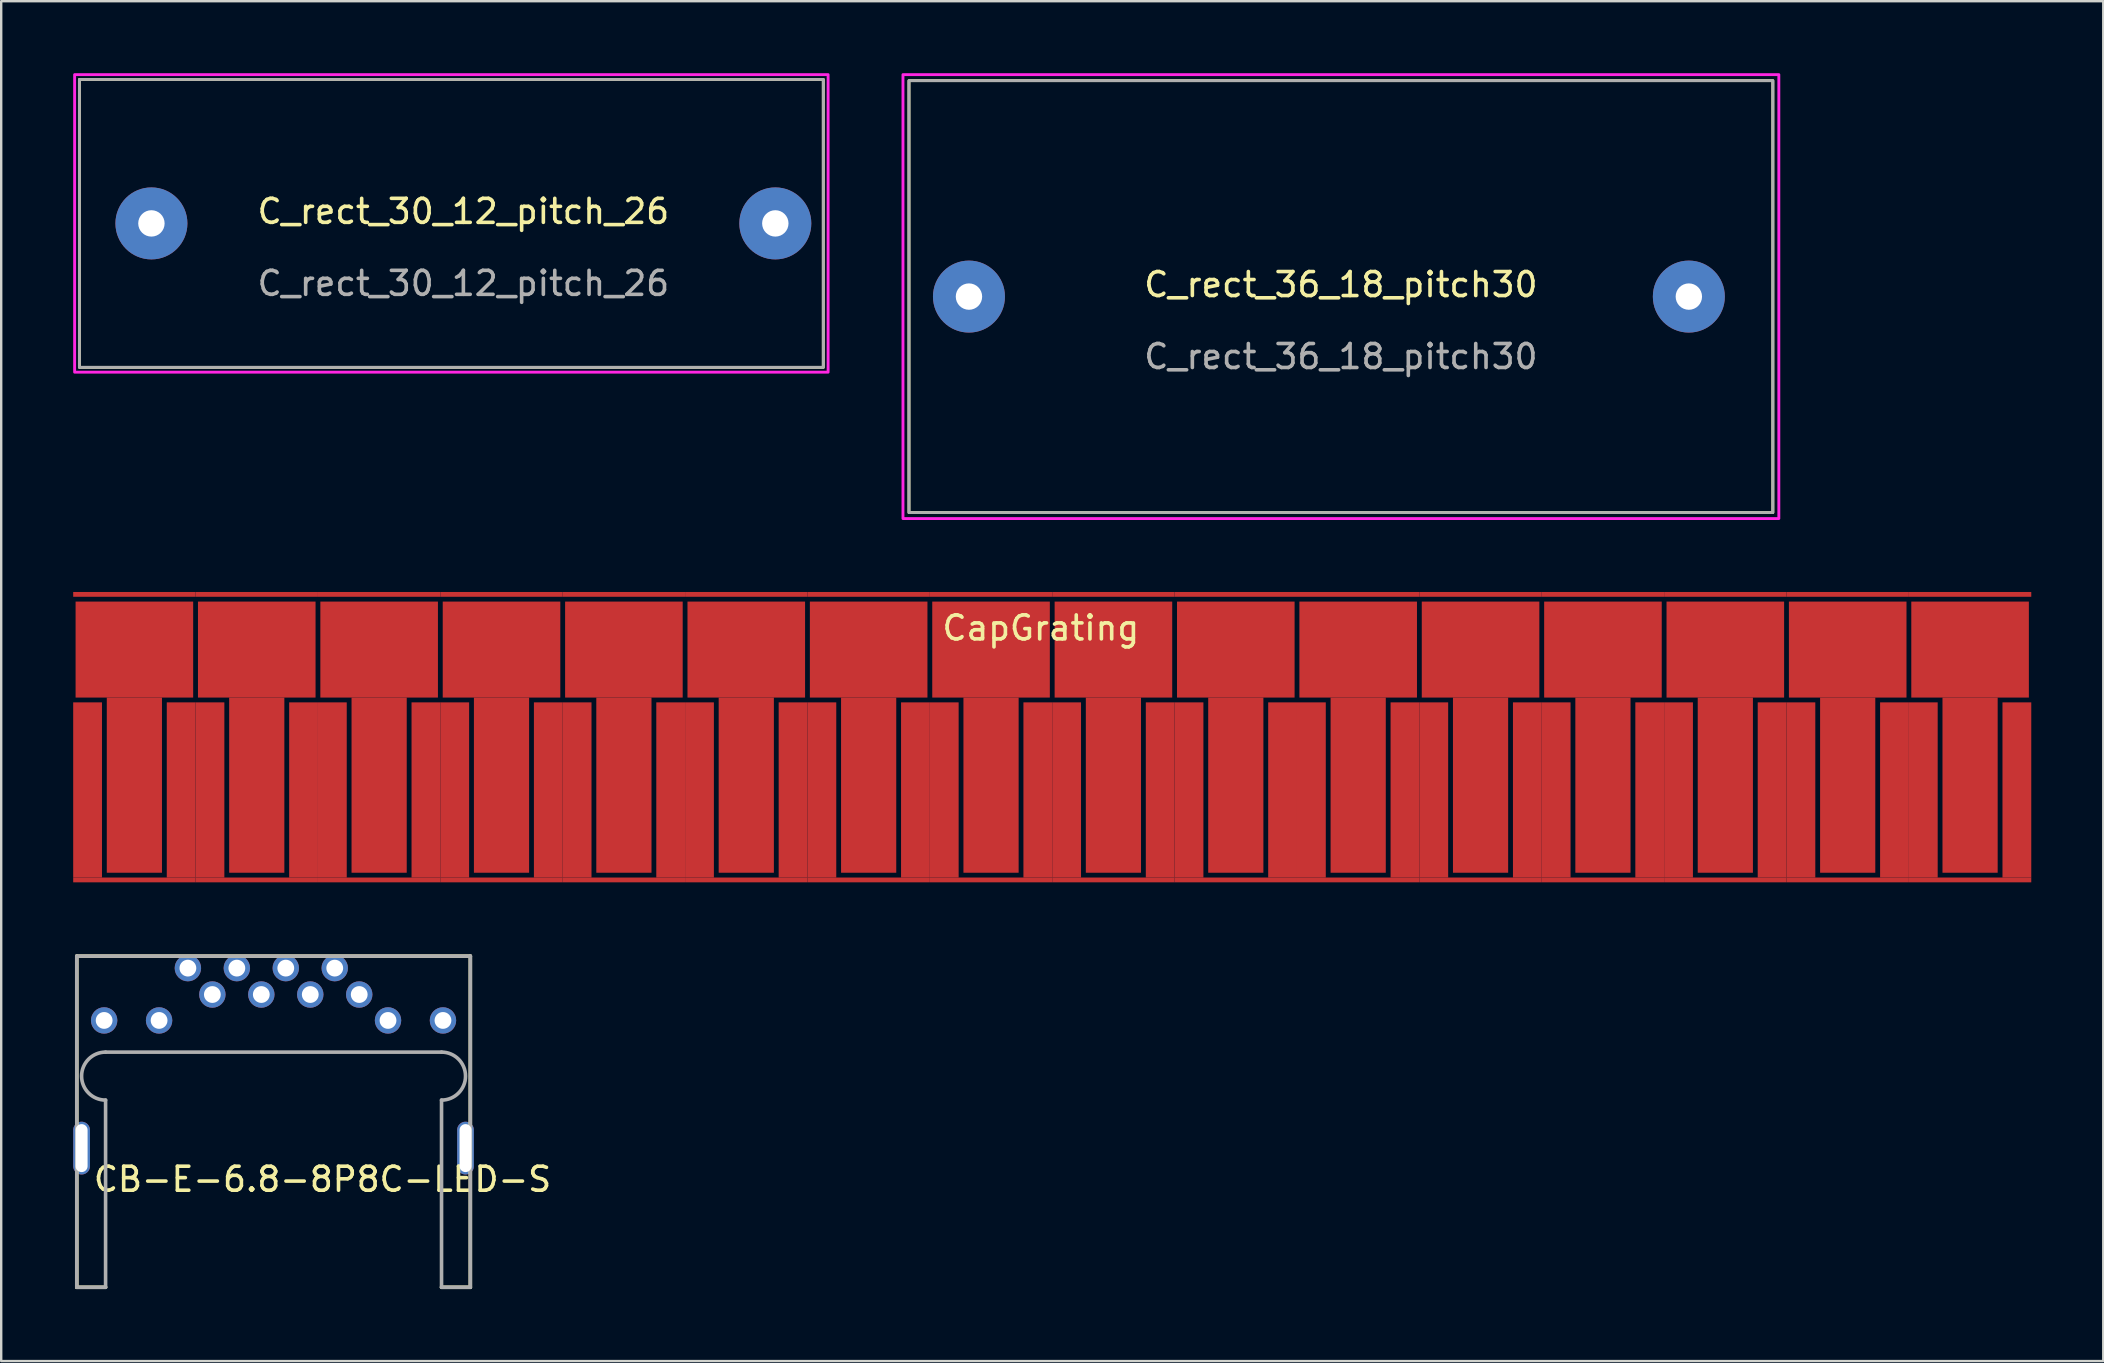
<source format=kicad_pcb>
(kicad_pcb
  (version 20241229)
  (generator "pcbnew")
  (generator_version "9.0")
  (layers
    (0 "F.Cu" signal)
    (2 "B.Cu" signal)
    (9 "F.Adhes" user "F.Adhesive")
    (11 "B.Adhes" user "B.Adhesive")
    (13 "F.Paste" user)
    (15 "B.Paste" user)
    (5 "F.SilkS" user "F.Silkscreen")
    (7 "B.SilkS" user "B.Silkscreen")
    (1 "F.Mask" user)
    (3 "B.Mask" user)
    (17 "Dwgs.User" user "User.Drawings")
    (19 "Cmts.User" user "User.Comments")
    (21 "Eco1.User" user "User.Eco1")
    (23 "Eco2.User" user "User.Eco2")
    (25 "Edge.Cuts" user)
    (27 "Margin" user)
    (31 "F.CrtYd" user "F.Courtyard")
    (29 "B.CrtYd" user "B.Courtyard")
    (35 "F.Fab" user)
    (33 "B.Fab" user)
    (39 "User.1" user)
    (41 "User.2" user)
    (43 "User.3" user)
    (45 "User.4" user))
  (footprint "C_rect_30_12_pitch_26"
    (layer "F.Cu")
    (at 16.26 6.26)
    (property "Reference" "C_rect_30_12_pitch_26" (at 0 -0.5 0) (unlocked yes) (layer "F.SilkS") (effects (font (size 1 1) (thickness 0.15))))
    (attr through_hole)
    (fp_rect (start -16 -6) (end 15 6) (stroke (width 0.12) (type solid)) (fill no) (layer "F.SilkS"))
    (fp_rect (start -16.2 -6.2) (end 15.2 6.2) (stroke (width 0.12) (type solid)) (fill no) (layer "F.CrtYd"))
    (fp_rect (start -16 -6) (end 15 6) (stroke (width 0.12) (type solid)) (fill no) (layer "F.Fab"))
    (fp_text user "${REFERENCE}" (at 0 2.5 0) (unlocked yes) (layer "F.Fab") (effects (font (size 1 1) (thickness 0.15))))
    (pad "1" thru_hole circle (at -13 0) (size 3 3) (drill 1.1) (layers "*.Cu" "*.Mask"))
    (pad "2" thru_hole circle (at 13 0) (size 3 3) (drill 1.1) (layers "*.Cu" "*.Mask")))
  (footprint "CB-E-6.8-8P8C-LED-S"
    (layer "F.Cu")
    (at 8.35 44.795)
    (property "Reference" "CB-E-6.8-8P8C-LED-S" (at 2.04 1.3 0) (layer "F.SilkS") (effects (font (size 1 1) (thickness 0.15))))
    (attr through_hole)
    (fp_line (start -8.2 -8) (end -8.2 5.8) (stroke (width 0.15) (type solid)) (layer "F.SilkS"))
    (fp_line (start -8.2 -8) (end 8.2 -8) (stroke (width 0.15) (type solid)) (layer "F.SilkS"))
    (fp_line (start -8.2 5.8) (end -7 5.8) (stroke (width 0.15) (type solid)) (layer "F.SilkS"))
    (fp_line (start 7 5.8) (end 8.2 5.8) (stroke (width 0.15) (type solid)) (layer "F.SilkS"))
    (fp_line (start 8.2 -8) (end 8.2 5.8) (stroke (width 0.15) (type solid)) (layer "F.SilkS"))
    (fp_line (start -8.2 -8) (end -8.2 5.8) (stroke (width 0.15) (type solid)) (layer "F.Fab"))
    (fp_line (start -8.2 -8) (end 8.2 -8) (stroke (width 0.15) (type solid)) (layer "F.Fab"))
    (fp_line (start -8.2 5.8) (end -7 5.8) (stroke (width 0.15) (type solid)) (layer "F.Fab"))
    (fp_line (start -7 -4) (end 7 -4) (stroke (width 0.15) (type solid)) (layer "F.Fab"))
    (fp_line (start -7 5.8) (end -7 -2) (stroke (width 0.15) (type solid)) (layer "F.Fab"))
    (fp_line (start 7 -2) (end 7 5.8) (stroke (width 0.15) (type solid)) (layer "F.Fab"))
    (fp_line (start 7 5.8) (end 8.2 5.8) (stroke (width 0.15) (type solid)) (layer "F.Fab"))
    (fp_line (start 8.2 5.8) (end 8.2 -8) (stroke (width 0.15) (type solid)) (layer "F.Fab"))
    (fp_arc (start -7 -2) (mid -8 -3) (end -7 -4) (stroke (width 0.15) (type solid)) (layer "F.Fab"))
    (fp_arc (start 7 -4) (mid 8 -3) (end 7 -2) (stroke (width 0.15) (type solid)) (layer "F.Fab"))
    (pad "" thru_hole oval (at -8 0) (size 0.7 2.2) (drill oval 0.5 2) (layers "*.Cu" "*.Mask"))
    (pad "" thru_hole oval (at 8 0) (size 0.7 2.2) (drill oval 0.5 2) (layers "*.Cu" "*.Mask"))
    (pad "1" thru_hole circle (at 3.57 -6.4) (size 1.1 1.1) (drill 0.7) (layers "*.Cu" "*.Mask"))
    (pad "2" thru_hole circle (at 2.55 -7.5) (size 1.1 1.1) (drill 0.7) (layers "*.Cu" "*.Mask"))
    (pad "3" thru_hole circle (at 1.53 -6.4) (size 1.1 1.1) (drill 0.7) (layers "*.Cu" "*.Mask"))
    (pad "4" thru_hole circle (at 0.51 -7.5) (size 1.1 1.1) (drill 0.7) (layers "*.Cu" "*.Mask"))
    (pad "5" thru_hole circle (at -0.51 -6.4) (size 1.1 1.1) (drill 0.7) (layers "*.Cu" "*.Mask"))
    (pad "6" thru_hole circle (at -1.53 -7.5) (size 1.1 1.1) (drill 0.7) (layers "*.Cu" "*.Mask"))
    (pad "7" thru_hole circle (at -2.55 -6.4) (size 1.1 1.1) (drill 0.7) (layers "*.Cu" "*.Mask"))
    (pad "8" thru_hole circle (at -3.57 -7.5) (size 1.1 1.1) (drill 0.7) (layers "*.Cu" "*.Mask"))
    (pad "9" thru_hole circle (at -7.06 -5.32) (size 1.1 1.1) (drill 0.7) (layers "*.Cu" "*.Mask"))
    (pad "10" thru_hole circle (at -4.77 -5.32) (size 1.1 1.1) (drill 0.7) (layers "*.Cu" "*.Mask"))
    (pad "11" thru_hole circle (at 4.77 -5.32) (size 1.1 1.1) (drill 0.7) (layers "*.Cu" "*.Mask"))
    (pad "12" thru_hole circle (at 7.06 -5.32) (size 1.1 1.1) (drill 0.7) (layers "*.Cu" "*.Mask")))
  (footprint "CapGrating"
    (layer "F.Cu")
    (at 40.55 27.67)
    (property "Reference" "CapGrating" (at -0.225 -4.55 0) (layer "F.SilkS") (effects (font (size 1 1) (thickness 0.15))))
    (attr through_hole)
    (pad "1" smd rect (at -39.95 2.2) (size 1.2 7.3) (layers "F.Cu" "F.Mask"))
    (pad "1" smd rect (at -38 -5.95) (size 5.1 0.2) (layers "F.Cu" "F.Mask"))
    (pad "1" smd rect (at -38 5.95) (size 5.1 0.2) (layers "F.Cu" "F.Mask"))
    (pad "1" smd rect (at -36.05 2.2) (size 1.2 7.3) (layers "F.Cu" "F.Mask"))
    (pad "1" smd rect (at -34.85 2.2) (size 1.2 7.3) (layers "F.Cu" "F.Mask"))
    (pad "1" smd rect (at -32.9 -5.95) (size 5.1 0.2) (layers "F.Cu" "F.Mask"))
    (pad "1" smd rect (at -32.9 5.95) (size 5.1 0.2) (layers "F.Cu" "F.Mask"))
    (pad "1" smd rect (at -30.95 2.2) (size 1.2 7.3) (layers "F.Cu" "F.Mask"))
    (pad "1" smd rect (at -29.75 2.2) (size 1.2 7.3) (layers "F.Cu" "F.Mask"))
    (pad "1" smd rect (at -27.8 -5.95) (size 5.1 0.2) (layers "F.Cu" "F.Mask"))
    (pad "1" smd rect (at -27.8 5.95) (size 5.1 0.2) (layers "F.Cu" "F.Mask"))
    (pad "1" smd rect (at -25.85 2.2) (size 1.2 7.3) (layers "F.Cu" "F.Mask"))
    (pad "1" smd rect (at -24.65 2.2) (size 1.2 7.3) (layers "F.Cu" "F.Mask"))
    (pad "1" smd rect (at -22.7 -5.95) (size 5.1 0.2) (layers "F.Cu" "F.Mask"))
    (pad "1" smd rect (at -22.7 5.95) (size 5.1 0.2) (layers "F.Cu" "F.Mask"))
    (pad "1" smd rect (at -20.75 2.2) (size 1.2 7.3) (layers "F.Cu" "F.Mask"))
    (pad "1" smd rect (at -19.55 2.2) (size 1.2 7.3) (layers "F.Cu" "F.Mask"))
    (pad "1" smd rect (at -17.6 -5.95) (size 5.1 0.2) (layers "F.Cu" "F.Mask"))
    (pad "1" smd rect (at -17.6 5.95) (size 5.1 0.2) (layers "F.Cu" "F.Mask"))
    (pad "1" smd rect (at -15.65 2.2) (size 1.2 7.3) (layers "F.Cu" "F.Mask"))
    (pad "1" smd rect (at -14.45 2.2) (size 1.2 7.3) (layers "F.Cu" "F.Mask"))
    (pad "1" smd rect (at -12.5 -5.95) (size 5.1 0.2) (layers "F.Cu" "F.Mask"))
    (pad "1" smd rect (at -12.5 5.95) (size 5.1 0.2) (layers "F.Cu" "F.Mask"))
    (pad "1" smd rect (at -10.55 2.2) (size 1.2 7.3) (layers "F.Cu" "F.Mask"))
    (pad "1" smd rect (at -9.35 2.2) (size 1.2 7.3) (layers "F.Cu" "F.Mask"))
    (pad "1" smd rect (at -7.4 -5.95) (size 5.1 0.2) (layers "F.Cu" "F.Mask"))
    (pad "1" smd rect (at -7.4 5.95) (size 5.1 0.2) (layers "F.Cu" "F.Mask"))
    (pad "1" smd rect (at -5.45 2.2) (size 1.2 7.3) (layers "F.Cu" "F.Mask"))
    (pad "1" smd rect (at -4.25 2.2) (size 1.2 7.3) (layers "F.Cu" "F.Mask"))
    (pad "1" smd rect (at -2.3 -5.95) (size 5.1 0.2) (layers "F.Cu" "F.Mask"))
    (pad "1" smd rect (at -2.3 5.95) (size 5.1 0.2) (layers "F.Cu" "F.Mask"))
    (pad "1" smd rect (at -0.35 2.2) (size 1.2 7.3) (layers "F.Cu" "F.Mask"))
    (pad "1" smd rect (at 0.85 2.2) (size 1.2 7.3) (layers "F.Cu" "F.Mask"))
    (pad "1" smd rect (at 2.8 -5.95) (size 5.1 0.2) (layers "F.Cu" "F.Mask"))
    (pad "1" smd rect (at 2.8 5.95) (size 5.1 0.2) (layers "F.Cu" "F.Mask"))
    (pad "1" smd rect (at 4.75 2.2) (size 1.2 7.3) (layers "F.Cu" "F.Mask"))
    (pad "1" smd rect (at 5.95 2.2) (size 1.2 7.3) (layers "F.Cu" "F.Mask"))
    (pad "1" smd rect (at 7.9 -5.95) (size 5.1 0.2) (layers "F.Cu" "F.Mask"))
    (pad "1" smd rect (at 7.9 5.95) (size 5.1 0.2) (layers "F.Cu" "F.Mask"))
    (pad "1" smd rect (at 9.85 2.2) (size 1.2 7.3) (layers "F.Cu" "F.Mask"))
    (pad "1" smd rect (at 11.05 2.2) (size 1.2 7.3) (layers "F.Cu" "F.Mask"))
    (pad "1" smd rect (at 13 -5.95) (size 5.1 0.2) (layers "F.Cu" "F.Mask"))
    (pad "1" smd rect (at 13 5.95) (size 5.1 0.2) (layers "F.Cu" "F.Mask"))
    (pad "1" smd rect (at 14.95 2.2) (size 1.2 7.3) (layers "F.Cu" "F.Mask"))
    (pad "1" smd rect (at 16.15 2.2) (size 1.2 7.3) (layers "F.Cu" "F.Mask"))
    (pad "1" smd rect (at 18.1 -5.95) (size 5.1 0.2) (layers "F.Cu" "F.Mask"))
    (pad "1" smd rect (at 18.1 5.95) (size 5.1 0.2) (layers "F.Cu" "F.Mask"))
    (pad "1" smd rect (at 20.05 2.2) (size 1.2 7.3) (layers "F.Cu" "F.Mask"))
    (pad "1" smd rect (at 21.25 2.2) (size 1.2 7.3) (layers "F.Cu" "F.Mask"))
    (pad "1" smd rect (at 23.2 -5.95) (size 5.1 0.2) (layers "F.Cu" "F.Mask"))
    (pad "1" smd rect (at 23.2 5.95) (size 5.1 0.2) (layers "F.Cu" "F.Mask"))
    (pad "1" smd rect (at 25.15 2.2) (size 1.2 7.3) (layers "F.Cu" "F.Mask"))
    (pad "1" smd rect (at 26.35 2.2) (size 1.2 7.3) (layers "F.Cu" "F.Mask"))
    (pad "1" smd rect (at 28.3 -5.95) (size 5.1 0.2) (layers "F.Cu" "F.Mask"))
    (pad "1" smd rect (at 28.3 5.95) (size 5.1 0.2) (layers "F.Cu" "F.Mask"))
    (pad "1" smd rect (at 30.25 2.2) (size 1.2 7.3) (layers "F.Cu" "F.Mask"))
    (pad "1" smd rect (at 31.45 2.2) (size 1.2 7.3) (layers "F.Cu" "F.Mask"))
    (pad "1" smd rect (at 33.4 -5.95) (size 5.1 0.2) (layers "F.Cu" "F.Mask"))
    (pad "1" smd rect (at 33.4 5.95) (size 5.1 0.2) (layers "F.Cu" "F.Mask"))
    (pad "1" smd rect (at 35.35 2.2) (size 1.2 7.3) (layers "F.Cu" "F.Mask"))
    (pad "1" smd rect (at 36.55 2.2) (size 1.2 7.3) (layers "F.Cu" "F.Mask"))
    (pad "1" smd rect (at 38.5 -5.95) (size 5.1 0.2) (layers "F.Cu" "F.Mask"))
    (pad "1" smd rect (at 38.5 5.95) (size 5.1 0.2) (layers "F.Cu" "F.Mask"))
    (pad "1" smd rect (at 40.45 2.2) (size 1.2 7.3) (layers "F.Cu" "F.Mask"))
    (pad "~" smd rect (at -38 -3.65) (size 4.9 4) (layers "F.Cu" "F.Mask"))
    (pad "~" smd rect (at -38 2) (size 2.3 7.3) (layers "F.Cu" "F.Mask"))
    (pad "~" smd rect (at -32.9 -3.65) (size 4.9 4) (layers "F.Cu" "F.Mask"))
    (pad "~" smd rect (at -32.9 2) (size 2.3 7.3) (layers "F.Cu" "F.Mask"))
    (pad "~" smd rect (at -27.8 -3.65) (size 4.9 4) (layers "F.Cu" "F.Mask"))
    (pad "~" smd rect (at -27.8 2) (size 2.3 7.3) (layers "F.Cu" "F.Mask"))
    (pad "~" smd rect (at -22.7 -3.65) (size 4.9 4) (layers "F.Cu" "F.Mask"))
    (pad "~" smd rect (at -22.7 2) (size 2.3 7.3) (layers "F.Cu" "F.Mask"))
    (pad "~" smd rect (at -17.6 -3.65) (size 4.9 4) (layers "F.Cu" "F.Mask"))
    (pad "~" smd rect (at -17.6 2) (size 2.3 7.3) (layers "F.Cu" "F.Mask"))
    (pad "~" smd rect (at -12.5 -3.65) (size 4.9 4) (layers "F.Cu" "F.Mask"))
    (pad "~" smd rect (at -12.5 2) (size 2.3 7.3) (layers "F.Cu" "F.Mask"))
    (pad "~" smd rect (at -7.4 -3.65) (size 4.9 4) (layers "F.Cu" "F.Mask"))
    (pad "~" smd rect (at -7.4 2) (size 2.3 7.3) (layers "F.Cu" "F.Mask"))
    (pad "~" smd rect (at -2.3 -3.65) (size 4.9 4) (layers "F.Cu" "F.Mask"))
    (pad "~" smd rect (at -2.3 2) (size 2.3 7.3) (layers "F.Cu" "F.Mask"))
    (pad "~" smd rect (at 2.8 -3.65) (size 4.9 4) (layers "F.Cu" "F.Mask"))
    (pad "~" smd rect (at 2.8 2) (size 2.3 7.3) (layers "F.Cu" "F.Mask"))
    (pad "~" smd rect (at 7.9 -3.65) (size 4.9 4) (layers "F.Cu" "F.Mask"))
    (pad "~" smd rect (at 7.9 2) (size 2.3 7.3) (layers "F.Cu" "F.Mask"))
    (pad "~" smd rect (at 13 -3.65) (size 4.9 4) (layers "F.Cu" "F.Mask"))
    (pad "~" smd rect (at 13 2) (size 2.3 7.3) (layers "F.Cu" "F.Mask"))
    (pad "~" smd rect (at 18.1 -3.65) (size 4.9 4) (layers "F.Cu" "F.Mask"))
    (pad "~" smd rect (at 18.1 2) (size 2.3 7.3) (layers "F.Cu" "F.Mask"))
    (pad "~" smd rect (at 23.2 -3.65) (size 4.9 4) (layers "F.Cu" "F.Mask"))
    (pad "~" smd rect (at 23.2 2) (size 2.3 7.3) (layers "F.Cu" "F.Mask"))
    (pad "~" smd rect (at 28.3 -3.65) (size 4.9 4) (layers "F.Cu" "F.Mask"))
    (pad "~" smd rect (at 28.3 2) (size 2.3 7.3) (layers "F.Cu" "F.Mask"))
    (pad "~" smd rect (at 33.4 -3.65) (size 4.9 4) (layers "F.Cu" "F.Mask"))
    (pad "~" smd rect (at 33.4 2) (size 2.3 7.3) (layers "F.Cu" "F.Mask"))
    (pad "~" smd rect (at 38.5 -3.65) (size 4.9 4) (layers "F.Cu" "F.Mask"))
    (pad "~" smd rect (at 38.5 2) (size 2.3 7.3) (layers "F.Cu" "F.Mask")))
  (footprint "C_rect_36_18_pitch30"
    (layer "F.Cu")
    (at 52.83 9.31)
    (property "Reference" "C_rect_36_18_pitch30" (at 0 -0.5 0) (unlocked yes) (layer "F.SilkS") (effects (font (size 1 1) (thickness 0.15))))
    (attr through_hole)
    (fp_rect (start -18 -9) (end 18 9) (stroke (width 0.12) (type solid)) (fill no) (layer "F.SilkS"))
    (fp_rect (start -18.25 -9.25) (end 18.25 9.25) (stroke (width 0.12) (type solid)) (fill no) (layer "F.CrtYd"))
    (fp_rect (start -18 -9) (end 18 9) (stroke (width 0.12) (type solid)) (fill no) (layer "F.Fab"))
    (fp_text user "${REFERENCE}" (at 0 2.5 0) (unlocked yes) (layer "F.Fab") (effects (font (size 1 1) (thickness 0.15))))
    (pad "1" thru_hole circle (at -15.5 0) (size 3 3) (drill 1.1) (layers "*.Cu" "*.Mask"))
    (pad "2" thru_hole circle (at 14.5 0) (size 3 3) (drill 1.1) (layers "*.Cu" "*.Mask")))
  (gr_rect
    (start -3 -3)
    (end 84.6 53.67)
    (stroke (width 0.1) (type default))
    (fill no)
    (layer "Edge.Cuts")))
</source>
